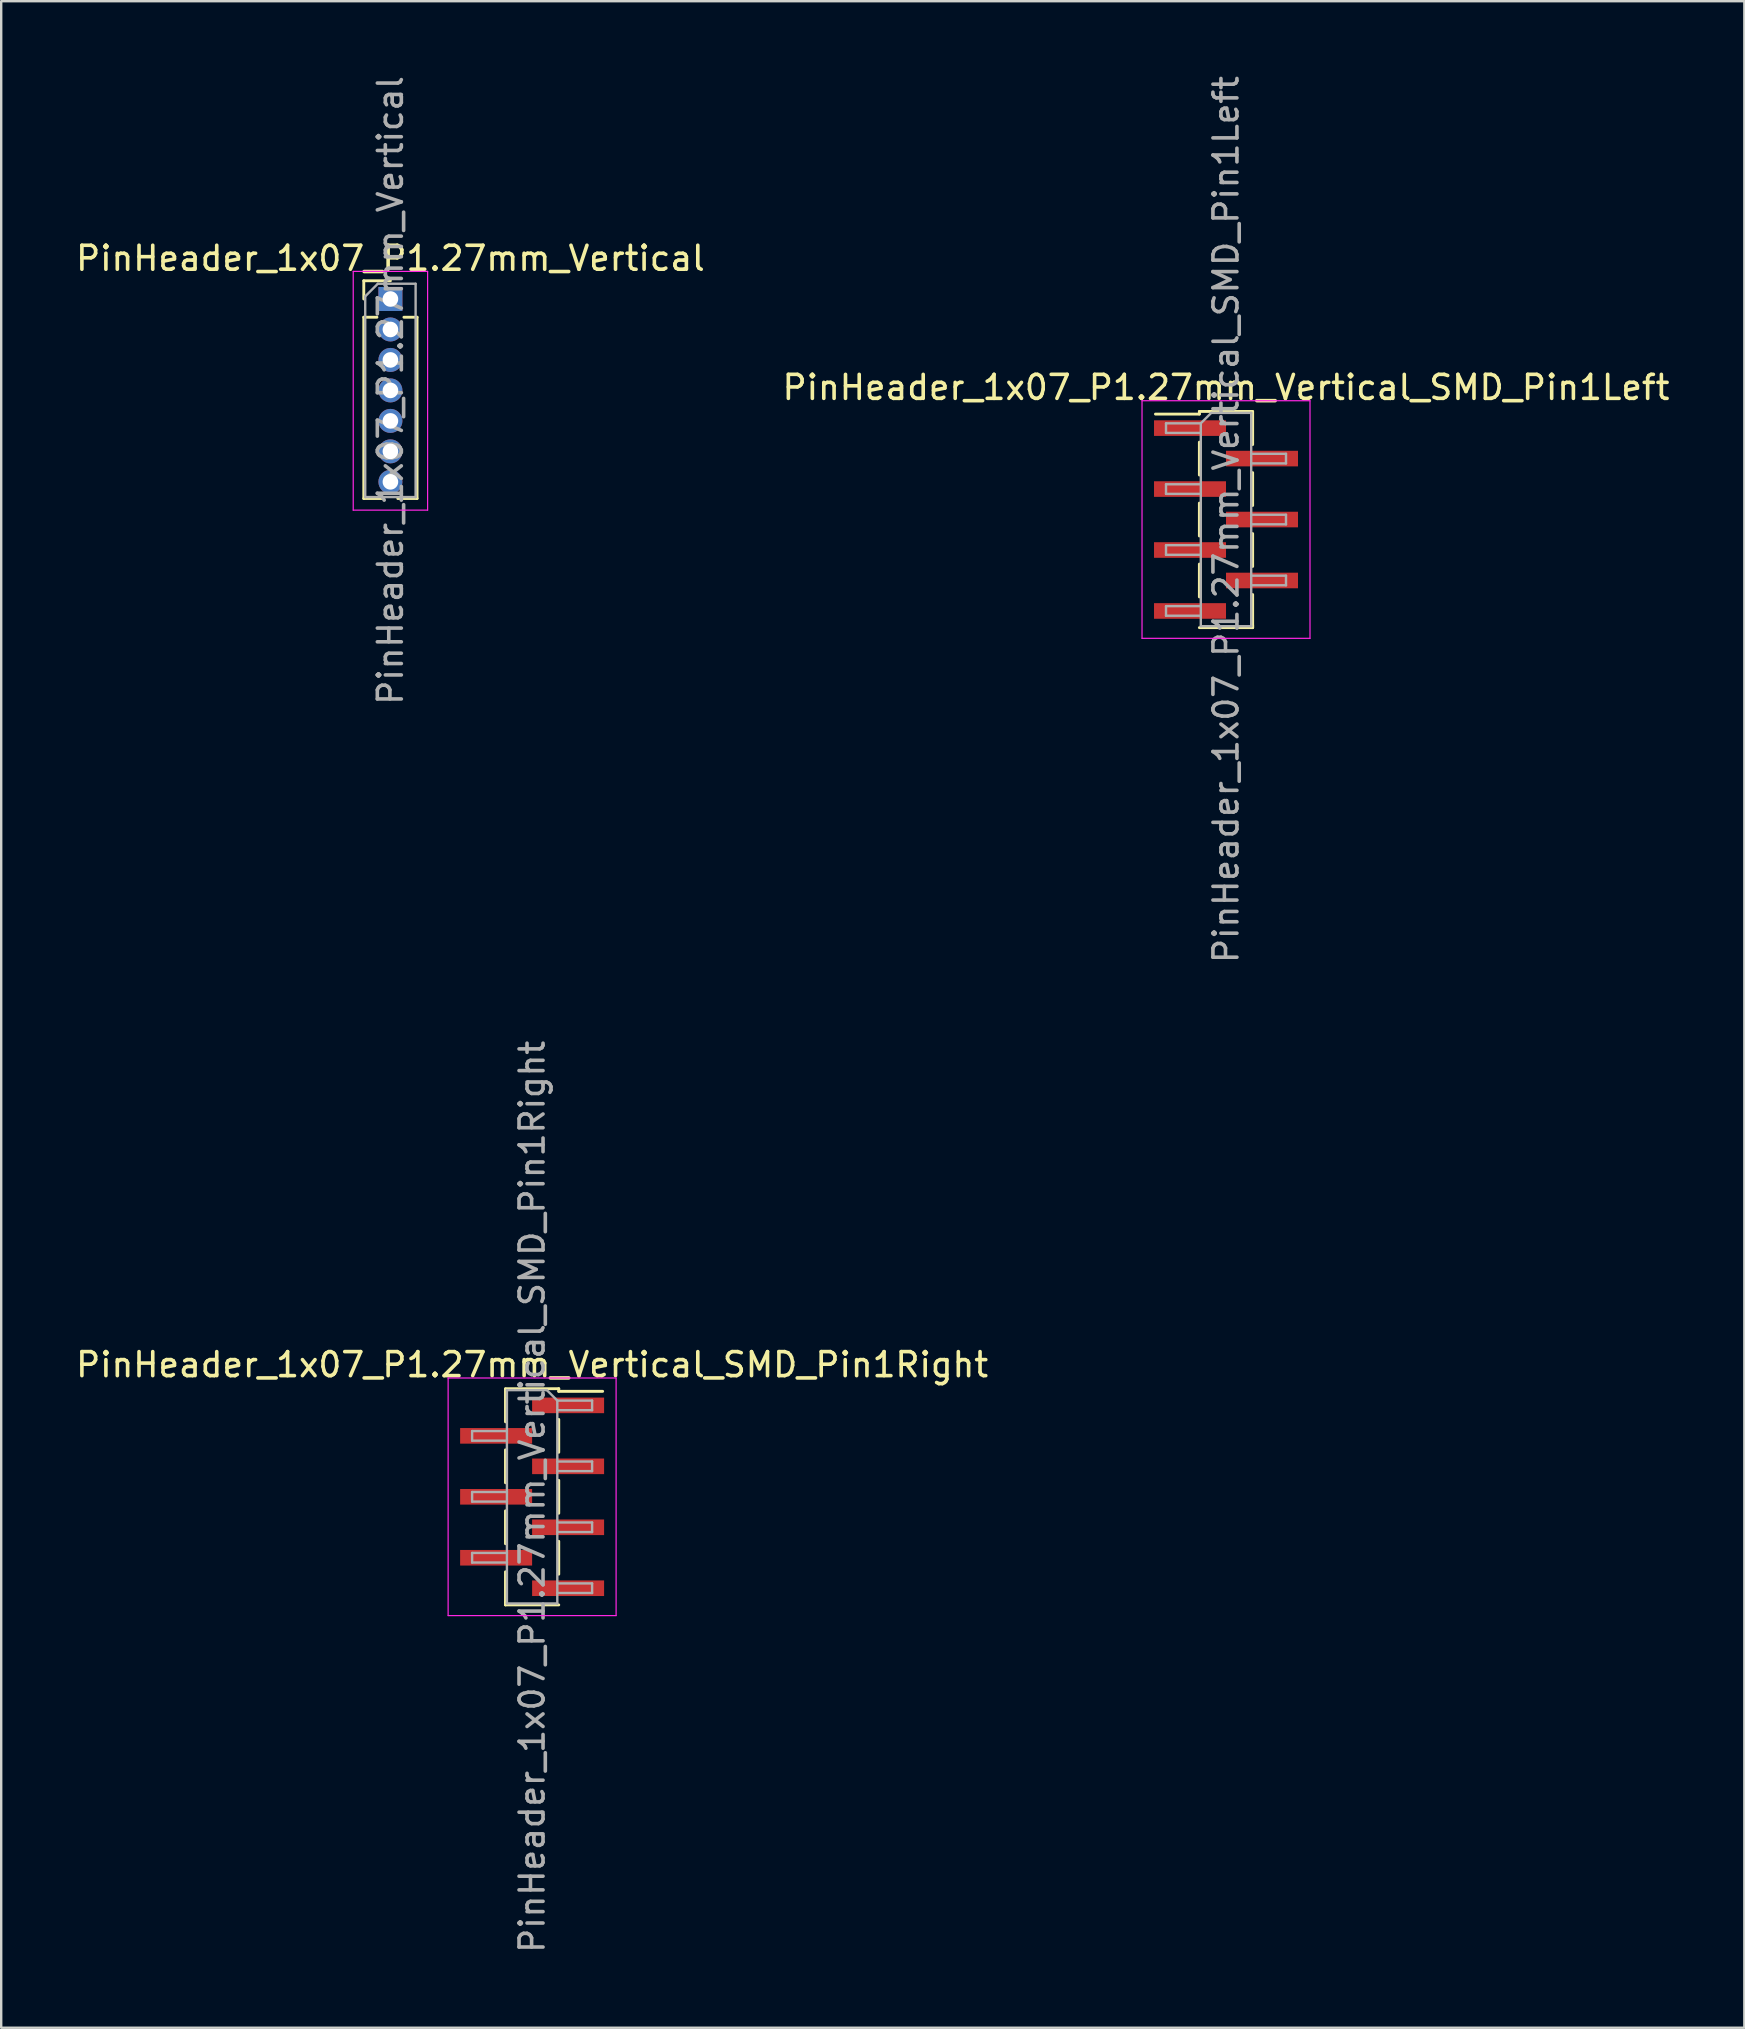
<source format=kicad_pcb>
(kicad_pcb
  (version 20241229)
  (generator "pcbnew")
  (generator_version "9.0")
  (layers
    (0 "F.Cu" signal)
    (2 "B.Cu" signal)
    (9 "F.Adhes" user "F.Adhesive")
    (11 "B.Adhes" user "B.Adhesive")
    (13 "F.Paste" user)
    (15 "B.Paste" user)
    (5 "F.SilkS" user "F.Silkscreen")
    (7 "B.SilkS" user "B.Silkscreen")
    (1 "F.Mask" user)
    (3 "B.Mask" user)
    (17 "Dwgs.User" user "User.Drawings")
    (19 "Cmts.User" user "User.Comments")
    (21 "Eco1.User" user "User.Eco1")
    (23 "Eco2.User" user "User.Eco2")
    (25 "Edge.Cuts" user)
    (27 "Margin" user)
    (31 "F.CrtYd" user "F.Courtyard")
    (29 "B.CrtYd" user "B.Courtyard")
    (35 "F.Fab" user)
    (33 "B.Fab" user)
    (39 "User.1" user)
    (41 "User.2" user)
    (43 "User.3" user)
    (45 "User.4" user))
  (footprint "PinHeader_1x07_P1.27mm_Vertical"
    (layer "F.Cu")
    (at 13.22 9.41)
    (property "Reference" "PinHeader_1x07_P1.27mm_Vertical" (at 0 -1.695 0) (layer "F.SilkS") (effects (font (size 1 1) (thickness 0.15))))
    (attr through_hole)
    (fp_line (start -1.11 -0.76) (end 0 -0.76) (stroke (width 0.12) (type solid)) (layer "F.SilkS"))
    (fp_line (start -1.11 0) (end -1.11 -0.76) (stroke (width 0.12) (type solid)) (layer "F.SilkS"))
    (fp_line (start -1.11 0.76) (end -1.11 8.315) (stroke (width 0.12) (type solid)) (layer "F.SilkS"))
    (fp_line (start -1.11 0.76) (end -0.563 0.76) (stroke (width 0.12) (type solid)) (layer "F.SilkS"))
    (fp_line (start -1.11 8.315) (end -0.308 8.315) (stroke (width 0.12) (type solid)) (layer "F.SilkS"))
    (fp_line (start 0.308 8.315) (end 1.11 8.315) (stroke (width 0.12) (type solid)) (layer "F.SilkS"))
    (fp_line (start 0.563 0.76) (end 1.11 0.76) (stroke (width 0.12) (type solid)) (layer "F.SilkS"))
    (fp_line (start 1.11 0.76) (end 1.11 8.315) (stroke (width 0.12) (type solid)) (layer "F.SilkS"))
    (fp_line (start -1.55 -1.15) (end -1.55 8.8) (stroke (width 0.05) (type solid)) (layer "F.CrtYd"))
    (fp_line (start -1.55 8.8) (end 1.55 8.8) (stroke (width 0.05) (type solid)) (layer "F.CrtYd"))
    (fp_line (start 1.55 -1.15) (end -1.55 -1.15) (stroke (width 0.05) (type solid)) (layer "F.CrtYd"))
    (fp_line (start 1.55 8.8) (end 1.55 -1.15) (stroke (width 0.05) (type solid)) (layer "F.CrtYd"))
    (fp_line (start -1.05 -0.11) (end -0.525 -0.635) (stroke (width 0.1) (type solid)) (layer "F.Fab"))
    (fp_line (start -1.05 8.255) (end -1.05 -0.11) (stroke (width 0.1) (type solid)) (layer "F.Fab"))
    (fp_line (start -0.525 -0.635) (end 1.05 -0.635) (stroke (width 0.1) (type solid)) (layer "F.Fab"))
    (fp_line (start 1.05 -0.635) (end 1.05 8.255) (stroke (width 0.1) (type solid)) (layer "F.Fab"))
    (fp_line (start 1.05 8.255) (end -1.05 8.255) (stroke (width 0.1) (type solid)) (layer "F.Fab"))
    (fp_text user "${REFERENCE}" (at 0 3.81 90) (layer "F.Fab") (effects (font (size 1 1) (thickness 0.15))))
    (pad "1" thru_hole rect (at 0 0) (size 1 1) (drill 0.65) (layers "*.Cu" "*.Mask"))
    (pad "2" thru_hole oval (at 0 1.27) (size 1 1) (drill 0.65) (layers "*.Cu" "*.Mask"))
    (pad "3" thru_hole oval (at 0 2.54) (size 1 1) (drill 0.65) (layers "*.Cu" "*.Mask"))
    (pad "4" thru_hole oval (at 0 3.81) (size 1 1) (drill 0.65) (layers "*.Cu" "*.Mask"))
    (pad "5" thru_hole oval (at 0 5.08) (size 1 1) (drill 0.65) (layers "*.Cu" "*.Mask"))
    (pad "6" thru_hole oval (at 0 6.35) (size 1 1) (drill 0.65) (layers "*.Cu" "*.Mask"))
    (pad "7" thru_hole oval (at 0 7.62) (size 1 1) (drill 0.65) (layers "*.Cu" "*.Mask")))
  (footprint "PinHeader_1x07_P1.27mm_Vertical_SMD_Pin1Right"
    (layer "F.Cu")
    (at 19.125 59.327)
    (property "Reference" "PinHeader_1x07_P1.27mm_Vertical_SMD_Pin1Right" (at 0 -5.505 0) (layer "F.SilkS") (effects (font (size 1 1) (thickness 0.15))))
    (attr smd)
    (fp_line (start -1.11 -4.505) (end 1.11 -4.505) (stroke (width 0.12) (type solid)) (layer "F.SilkS"))
    (fp_line (start -1.11 -4.495) (end -1.11 -3.125) (stroke (width 0.12) (type solid)) (layer "F.SilkS"))
    (fp_line (start -1.11 -1.955) (end -1.11 -0.585) (stroke (width 0.12) (type solid)) (layer "F.SilkS"))
    (fp_line (start -1.11 0.585) (end -1.11 1.955) (stroke (width 0.12) (type solid)) (layer "F.SilkS"))
    (fp_line (start -1.11 3.125) (end -1.11 4.495) (stroke (width 0.12) (type solid)) (layer "F.SilkS"))
    (fp_line (start -1.11 4.395) (end -1.11 4.505) (stroke (width 0.12) (type solid)) (layer "F.SilkS"))
    (fp_line (start -1.11 4.505) (end 1.11 4.505) (stroke (width 0.12) (type solid)) (layer "F.SilkS"))
    (fp_line (start 1.11 -4.505) (end 1.11 -4.395) (stroke (width 0.12) (type solid)) (layer "F.SilkS"))
    (fp_line (start 1.11 -4.395) (end 2.94 -4.395) (stroke (width 0.12) (type solid)) (layer "F.SilkS"))
    (fp_line (start 1.11 -3.225) (end 1.11 -1.855) (stroke (width 0.12) (type solid)) (layer "F.SilkS"))
    (fp_line (start 1.11 -0.685) (end 1.11 0.685) (stroke (width 0.12) (type solid)) (layer "F.SilkS"))
    (fp_line (start 1.11 1.855) (end 1.11 3.225) (stroke (width 0.12) (type solid)) (layer "F.SilkS"))
    (fp_line (start -3.5 -4.95) (end -3.5 4.95) (stroke (width 0.05) (type solid)) (layer "F.CrtYd"))
    (fp_line (start -3.5 4.95) (end 3.5 4.95) (stroke (width 0.05) (type solid)) (layer "F.CrtYd"))
    (fp_line (start 3.5 -4.95) (end -3.5 -4.95) (stroke (width 0.05) (type solid)) (layer "F.CrtYd"))
    (fp_line (start 3.5 4.95) (end 3.5 -4.95) (stroke (width 0.05) (type solid)) (layer "F.CrtYd"))
    (fp_line (start -2.5 -2.74) (end -2.5 -2.34) (stroke (width 0.1) (type solid)) (layer "F.Fab"))
    (fp_line (start -2.5 -2.34) (end -1.05 -2.34) (stroke (width 0.1) (type solid)) (layer "F.Fab"))
    (fp_line (start -2.5 -0.2) (end -2.5 0.2) (stroke (width 0.1) (type solid)) (layer "F.Fab"))
    (fp_line (start -2.5 0.2) (end -1.05 0.2) (stroke (width 0.1) (type solid)) (layer "F.Fab"))
    (fp_line (start -2.5 2.34) (end -2.5 2.74) (stroke (width 0.1) (type solid)) (layer "F.Fab"))
    (fp_line (start -2.5 2.74) (end -1.05 2.74) (stroke (width 0.1) (type solid)) (layer "F.Fab"))
    (fp_line (start -1.05 -4.445) (end -1.05 4.445) (stroke (width 0.1) (type solid)) (layer "F.Fab"))
    (fp_line (start -1.05 -4.445) (end 0.615 -4.445) (stroke (width 0.1) (type solid)) (layer "F.Fab"))
    (fp_line (start -1.05 -2.74) (end -2.5 -2.74) (stroke (width 0.1) (type solid)) (layer "F.Fab"))
    (fp_line (start -1.05 -0.2) (end -2.5 -0.2) (stroke (width 0.1) (type solid)) (layer "F.Fab"))
    (fp_line (start -1.05 2.34) (end -2.5 2.34) (stroke (width 0.1) (type solid)) (layer "F.Fab"))
    (fp_line (start 1.05 -4.01) (end 0.615 -4.445) (stroke (width 0.1) (type solid)) (layer "F.Fab"))
    (fp_line (start 1.05 -4.01) (end 2.5 -4.01) (stroke (width 0.1) (type solid)) (layer "F.Fab"))
    (fp_line (start 1.05 -1.47) (end 2.5 -1.47) (stroke (width 0.1) (type solid)) (layer "F.Fab"))
    (fp_line (start 1.05 1.07) (end 2.5 1.07) (stroke (width 0.1) (type solid)) (layer "F.Fab"))
    (fp_line (start 1.05 3.61) (end 2.5 3.61) (stroke (width 0.1) (type solid)) (layer "F.Fab"))
    (fp_line (start 1.05 4.445) (end -1.05 4.445) (stroke (width 0.1) (type solid)) (layer "F.Fab"))
    (fp_line (start 1.05 4.445) (end 1.05 -4.01) (stroke (width 0.1) (type solid)) (layer "F.Fab"))
    (fp_line (start 2.5 -4.01) (end 2.5 -3.61) (stroke (width 0.1) (type solid)) (layer "F.Fab"))
    (fp_line (start 2.5 -3.61) (end 1.05 -3.61) (stroke (width 0.1) (type solid)) (layer "F.Fab"))
    (fp_line (start 2.5 -1.47) (end 2.5 -1.07) (stroke (width 0.1) (type solid)) (layer "F.Fab"))
    (fp_line (start 2.5 -1.07) (end 1.05 -1.07) (stroke (width 0.1) (type solid)) (layer "F.Fab"))
    (fp_line (start 2.5 1.07) (end 2.5 1.47) (stroke (width 0.1) (type solid)) (layer "F.Fab"))
    (fp_line (start 2.5 1.47) (end 1.05 1.47) (stroke (width 0.1) (type solid)) (layer "F.Fab"))
    (fp_line (start 2.5 3.61) (end 2.5 4.01) (stroke (width 0.1) (type solid)) (layer "F.Fab"))
    (fp_line (start 2.5 4.01) (end 1.05 4.01) (stroke (width 0.1) (type solid)) (layer "F.Fab"))
    (fp_text user "${REFERENCE}" (at 0 0 90) (layer "F.Fab") (effects (font (size 1 1) (thickness 0.15))))
    (pad "1" smd rect (at 1.5 -3.81) (size 3 0.65) (layers "F.Cu" "F.Mask" "F.Paste"))
    (pad "2" smd rect (at -1.5 -2.54) (size 3 0.65) (layers "F.Cu" "F.Mask" "F.Paste"))
    (pad "3" smd rect (at 1.5 -1.27) (size 3 0.65) (layers "F.Cu" "F.Mask" "F.Paste"))
    (pad "4" smd rect (at -1.5 0) (size 3 0.65) (layers "F.Cu" "F.Mask" "F.Paste"))
    (pad "5" smd rect (at 1.5 1.27) (size 3 0.65) (layers "F.Cu" "F.Mask" "F.Paste"))
    (pad "6" smd rect (at -1.5 2.54) (size 3 0.65) (layers "F.Cu" "F.Mask" "F.Paste"))
    (pad "7" smd rect (at 1.5 3.81) (size 3 0.65) (layers "F.Cu" "F.Mask" "F.Paste")))
  (footprint "PinHeader_1x07_P1.27mm_Vertical_SMD_Pin1Left"
    (layer "F.Cu")
    (at 48.042 18.601)
    (property "Reference" "PinHeader_1x07_P1.27mm_Vertical_SMD_Pin1Left" (at 0 -5.505 0) (layer "F.SilkS") (effects (font (size 1 1) (thickness 0.15))))
    (attr smd)
    (fp_line (start -1.11 -4.505) (end -1.11 -4.395) (stroke (width 0.12) (type solid)) (layer "F.SilkS"))
    (fp_line (start -1.11 -4.505) (end 1.11 -4.505) (stroke (width 0.12) (type solid)) (layer "F.SilkS"))
    (fp_line (start -1.11 -4.395) (end -2.94 -4.395) (stroke (width 0.12) (type solid)) (layer "F.SilkS"))
    (fp_line (start -1.11 -3.225) (end -1.11 -1.855) (stroke (width 0.12) (type solid)) (layer "F.SilkS"))
    (fp_line (start -1.11 -0.685) (end -1.11 0.685) (stroke (width 0.12) (type solid)) (layer "F.SilkS"))
    (fp_line (start -1.11 1.855) (end -1.11 3.225) (stroke (width 0.12) (type solid)) (layer "F.SilkS"))
    (fp_line (start -1.11 4.505) (end 1.11 4.505) (stroke (width 0.12) (type solid)) (layer "F.SilkS"))
    (fp_line (start 1.11 -4.495) (end 1.11 -3.125) (stroke (width 0.12) (type solid)) (layer "F.SilkS"))
    (fp_line (start 1.11 -1.955) (end 1.11 -0.585) (stroke (width 0.12) (type solid)) (layer "F.SilkS"))
    (fp_line (start 1.11 0.585) (end 1.11 1.955) (stroke (width 0.12) (type solid)) (layer "F.SilkS"))
    (fp_line (start 1.11 3.125) (end 1.11 4.495) (stroke (width 0.12) (type solid)) (layer "F.SilkS"))
    (fp_line (start 1.11 4.395) (end 1.11 4.505) (stroke (width 0.12) (type solid)) (layer "F.SilkS"))
    (fp_line (start -3.5 -4.95) (end -3.5 4.95) (stroke (width 0.05) (type solid)) (layer "F.CrtYd"))
    (fp_line (start -3.5 4.95) (end 3.5 4.95) (stroke (width 0.05) (type solid)) (layer "F.CrtYd"))
    (fp_line (start 3.5 -4.95) (end -3.5 -4.95) (stroke (width 0.05) (type solid)) (layer "F.CrtYd"))
    (fp_line (start 3.5 4.95) (end 3.5 -4.95) (stroke (width 0.05) (type solid)) (layer "F.CrtYd"))
    (fp_line (start -2.5 -4.01) (end -2.5 -3.61) (stroke (width 0.1) (type solid)) (layer "F.Fab"))
    (fp_line (start -2.5 -3.61) (end -1.05 -3.61) (stroke (width 0.1) (type solid)) (layer "F.Fab"))
    (fp_line (start -2.5 -1.47) (end -2.5 -1.07) (stroke (width 0.1) (type solid)) (layer "F.Fab"))
    (fp_line (start -2.5 -1.07) (end -1.05 -1.07) (stroke (width 0.1) (type solid)) (layer "F.Fab"))
    (fp_line (start -2.5 1.07) (end -2.5 1.47) (stroke (width 0.1) (type solid)) (layer "F.Fab"))
    (fp_line (start -2.5 1.47) (end -1.05 1.47) (stroke (width 0.1) (type solid)) (layer "F.Fab"))
    (fp_line (start -2.5 3.61) (end -2.5 4.01) (stroke (width 0.1) (type solid)) (layer "F.Fab"))
    (fp_line (start -2.5 4.01) (end -1.05 4.01) (stroke (width 0.1) (type solid)) (layer "F.Fab"))
    (fp_line (start -1.05 -4.01) (end -2.5 -4.01) (stroke (width 0.1) (type solid)) (layer "F.Fab"))
    (fp_line (start -1.05 -4.01) (end -0.615 -4.445) (stroke (width 0.1) (type solid)) (layer "F.Fab"))
    (fp_line (start -1.05 -1.47) (end -2.5 -1.47) (stroke (width 0.1) (type solid)) (layer "F.Fab"))
    (fp_line (start -1.05 1.07) (end -2.5 1.07) (stroke (width 0.1) (type solid)) (layer "F.Fab"))
    (fp_line (start -1.05 3.61) (end -2.5 3.61) (stroke (width 0.1) (type solid)) (layer "F.Fab"))
    (fp_line (start -1.05 4.445) (end -1.05 -4.01) (stroke (width 0.1) (type solid)) (layer "F.Fab"))
    (fp_line (start -0.615 -4.445) (end 1.05 -4.445) (stroke (width 0.1) (type solid)) (layer "F.Fab"))
    (fp_line (start 1.05 -4.445) (end 1.05 4.445) (stroke (width 0.1) (type solid)) (layer "F.Fab"))
    (fp_line (start 1.05 -2.74) (end 2.5 -2.74) (stroke (width 0.1) (type solid)) (layer "F.Fab"))
    (fp_line (start 1.05 -0.2) (end 2.5 -0.2) (stroke (width 0.1) (type solid)) (layer "F.Fab"))
    (fp_line (start 1.05 2.34) (end 2.5 2.34) (stroke (width 0.1) (type solid)) (layer "F.Fab"))
    (fp_line (start 1.05 4.445) (end -1.05 4.445) (stroke (width 0.1) (type solid)) (layer "F.Fab"))
    (fp_line (start 2.5 -2.74) (end 2.5 -2.34) (stroke (width 0.1) (type solid)) (layer "F.Fab"))
    (fp_line (start 2.5 -2.34) (end 1.05 -2.34) (stroke (width 0.1) (type solid)) (layer "F.Fab"))
    (fp_line (start 2.5 -0.2) (end 2.5 0.2) (stroke (width 0.1) (type solid)) (layer "F.Fab"))
    (fp_line (start 2.5 0.2) (end 1.05 0.2) (stroke (width 0.1) (type solid)) (layer "F.Fab"))
    (fp_line (start 2.5 2.34) (end 2.5 2.74) (stroke (width 0.1) (type solid)) (layer "F.Fab"))
    (fp_line (start 2.5 2.74) (end 1.05 2.74) (stroke (width 0.1) (type solid)) (layer "F.Fab"))
    (fp_text user "${REFERENCE}" (at 0 0 90) (layer "F.Fab") (effects (font (size 1 1) (thickness 0.15))))
    (pad "1" smd rect (at -1.5 -3.81) (size 3 0.65) (layers "F.Cu" "F.Mask" "F.Paste"))
    (pad "2" smd rect (at 1.5 -2.54) (size 3 0.65) (layers "F.Cu" "F.Mask" "F.Paste"))
    (pad "3" smd rect (at -1.5 -1.27) (size 3 0.65) (layers "F.Cu" "F.Mask" "F.Paste"))
    (pad "4" smd rect (at 1.5 0) (size 3 0.65) (layers "F.Cu" "F.Mask" "F.Paste"))
    (pad "5" smd rect (at -1.5 1.27) (size 3 0.65) (layers "F.Cu" "F.Mask" "F.Paste"))
    (pad "6" smd rect (at 1.5 2.54) (size 3 0.65) (layers "F.Cu" "F.Mask" "F.Paste"))
    (pad "7" smd rect (at -1.5 3.81) (size 3 0.65) (layers "F.Cu" "F.Mask" "F.Paste")))
  (gr_rect
    (start -3 -3)
    (end 69.643 81.452)
    (stroke (width 0.1) (type default))
    (fill no)
    (layer "Edge.Cuts")))
</source>
